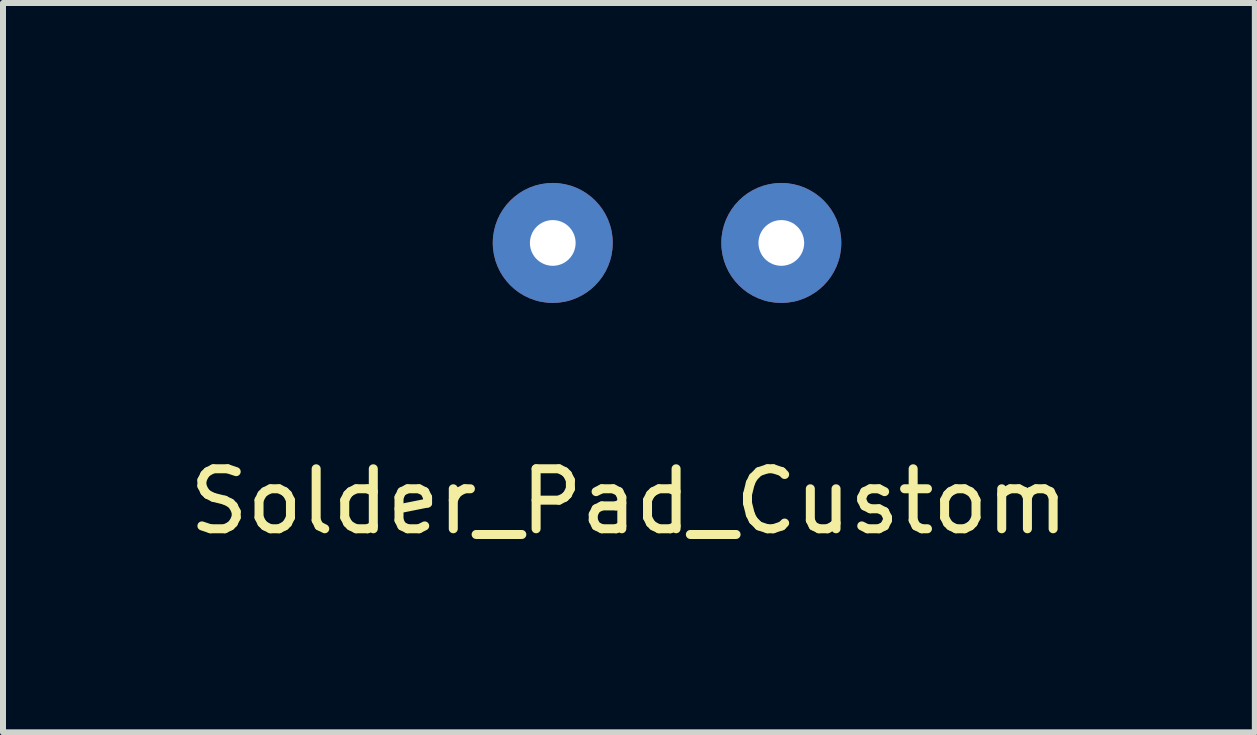
<source format=kicad_pcb>
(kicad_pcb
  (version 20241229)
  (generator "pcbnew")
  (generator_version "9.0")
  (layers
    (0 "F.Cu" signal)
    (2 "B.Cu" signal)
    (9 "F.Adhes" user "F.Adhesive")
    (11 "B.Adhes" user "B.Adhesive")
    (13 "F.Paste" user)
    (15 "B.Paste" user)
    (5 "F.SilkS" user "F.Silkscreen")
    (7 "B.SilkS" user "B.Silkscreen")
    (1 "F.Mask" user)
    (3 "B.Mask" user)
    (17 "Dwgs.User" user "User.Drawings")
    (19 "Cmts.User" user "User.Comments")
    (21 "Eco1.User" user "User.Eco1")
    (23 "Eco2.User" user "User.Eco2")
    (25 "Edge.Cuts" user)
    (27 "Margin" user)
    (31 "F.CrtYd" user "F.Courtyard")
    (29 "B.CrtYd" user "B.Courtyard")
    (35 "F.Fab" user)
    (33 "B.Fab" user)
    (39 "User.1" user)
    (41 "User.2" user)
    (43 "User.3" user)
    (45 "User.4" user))
  (footprint "Solder_Pad_Custom"
    (layer "F.Cu")
    (at 7.435 4.81)
    (property "Reference" "Solder_Pad_Custom" (at 0 0.5 0) (layer "F.SilkS") (effects (font (size 1 1) (thickness 0.15))))
    (attr through_hole)
    (pad "1" thru_hole circle (at -1.27 -3.81) (size 2 2) (drill 0.762) (layers "*.Cu" "*.Mask"))
    (pad "2" thru_hole circle (at 2.54 -3.81) (size 2 2) (drill 0.762) (layers "*.Cu" "*.Mask")))
  (gr_rect
    (start -3 -3)
    (end 17.869 9.158)
    (stroke (width 0.1) (type default))
    (fill no)
    (layer "Edge.Cuts")))
</source>
